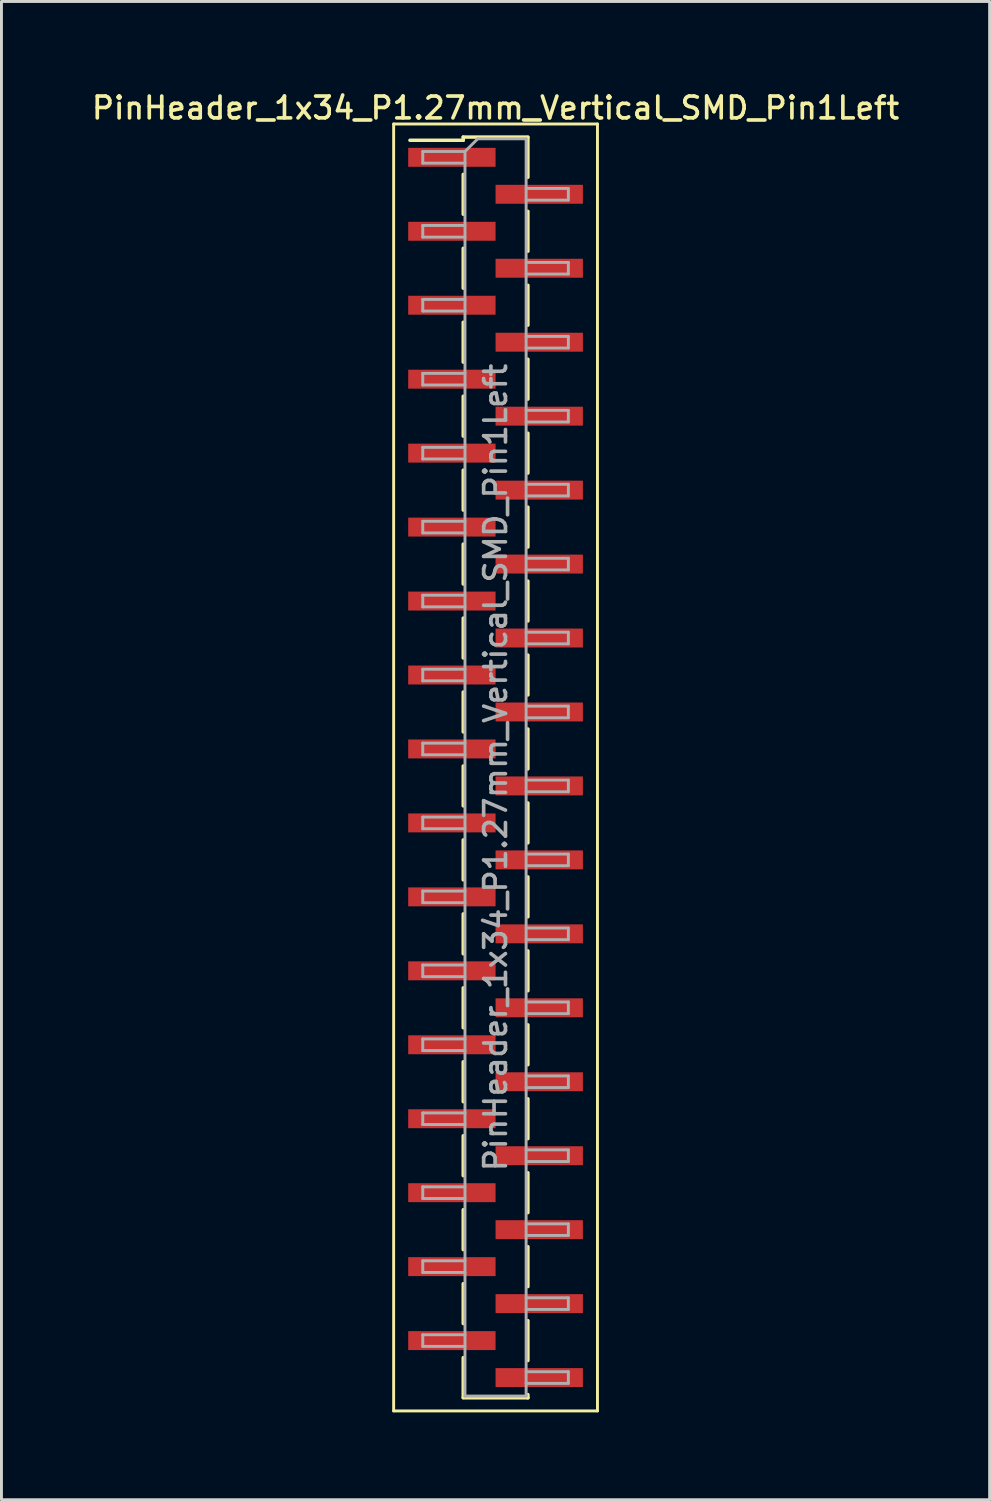
<source format=kicad_pcb>
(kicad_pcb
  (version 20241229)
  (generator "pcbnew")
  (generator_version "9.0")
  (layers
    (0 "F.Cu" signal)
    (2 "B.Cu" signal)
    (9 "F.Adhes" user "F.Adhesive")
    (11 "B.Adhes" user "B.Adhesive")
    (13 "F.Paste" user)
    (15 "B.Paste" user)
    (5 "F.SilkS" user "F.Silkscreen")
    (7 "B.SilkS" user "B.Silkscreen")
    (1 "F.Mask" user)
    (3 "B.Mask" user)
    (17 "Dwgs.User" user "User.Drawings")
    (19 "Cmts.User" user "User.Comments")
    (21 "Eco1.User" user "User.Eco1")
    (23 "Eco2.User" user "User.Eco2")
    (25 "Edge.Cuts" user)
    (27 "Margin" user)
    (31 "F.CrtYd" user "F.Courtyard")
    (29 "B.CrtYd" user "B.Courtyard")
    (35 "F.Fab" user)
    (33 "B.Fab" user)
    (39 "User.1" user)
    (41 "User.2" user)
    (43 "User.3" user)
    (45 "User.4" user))
  (footprint "PinHeader_1x34_P1.27mm_Vertical_SMD_Pin1Left"
    (layer "F.Cu")
    (at 13.97 23.308)
    (property "Reference" "PinHeader_1x34_P1.27mm_Vertical_SMD_Pin1Left" (at 0 -22.65 0) (layer "F.SilkS") (effects (font (size 0.75 0.75) (thickness 0.125))))
    (attr smd)
    (fp_line (start -3.5 -22.1) (end -3.5 22.1) (stroke (width 0.1) (type solid)) (layer "F.SilkS"))
    (fp_line (start -3.5 22.1) (end 3.5 22.1) (stroke (width 0.1) (type solid)) (layer "F.SilkS"))
    (fp_line (start -1.11 -21.65) (end -1.11 -21.54) (stroke (width 0.12) (type solid)) (layer "F.SilkS"))
    (fp_line (start -1.11 -21.65) (end 1.11 -21.65) (stroke (width 0.12) (type solid)) (layer "F.SilkS"))
    (fp_line (start -1.11 -21.54) (end -2.94 -21.54) (stroke (width 0.12) (type solid)) (layer "F.SilkS"))
    (fp_line (start -1.11 -20.37) (end -1.11 -19) (stroke (width 0.12) (type solid)) (layer "F.SilkS"))
    (fp_line (start -1.11 -17.83) (end -1.11 -16.46) (stroke (width 0.12) (type solid)) (layer "F.SilkS"))
    (fp_line (start -1.11 -15.29) (end -1.11 -13.92) (stroke (width 0.12) (type solid)) (layer "F.SilkS"))
    (fp_line (start -1.11 -12.75) (end -1.11 -11.38) (stroke (width 0.12) (type solid)) (layer "F.SilkS"))
    (fp_line (start -1.11 -10.21) (end -1.11 -8.84) (stroke (width 0.12) (type solid)) (layer "F.SilkS"))
    (fp_line (start -1.11 -7.67) (end -1.11 -6.3) (stroke (width 0.12) (type solid)) (layer "F.SilkS"))
    (fp_line (start -1.11 -5.13) (end -1.11 -3.76) (stroke (width 0.12) (type solid)) (layer "F.SilkS"))
    (fp_line (start -1.11 -2.59) (end -1.11 -1.22) (stroke (width 0.12) (type solid)) (layer "F.SilkS"))
    (fp_line (start -1.11 -0.05) (end -1.11 1.32) (stroke (width 0.12) (type solid)) (layer "F.SilkS"))
    (fp_line (start -1.11 2.49) (end -1.11 3.86) (stroke (width 0.12) (type solid)) (layer "F.SilkS"))
    (fp_line (start -1.11 5.03) (end -1.11 6.4) (stroke (width 0.12) (type solid)) (layer "F.SilkS"))
    (fp_line (start -1.11 7.57) (end -1.11 8.94) (stroke (width 0.12) (type solid)) (layer "F.SilkS"))
    (fp_line (start -1.11 10.11) (end -1.11 11.48) (stroke (width 0.12) (type solid)) (layer "F.SilkS"))
    (fp_line (start -1.11 12.65) (end -1.11 14.02) (stroke (width 0.12) (type solid)) (layer "F.SilkS"))
    (fp_line (start -1.11 15.19) (end -1.11 16.56) (stroke (width 0.12) (type solid)) (layer "F.SilkS"))
    (fp_line (start -1.11 17.73) (end -1.11 19.1) (stroke (width 0.12) (type solid)) (layer "F.SilkS"))
    (fp_line (start -1.11 20.27) (end -1.11 21.64) (stroke (width 0.12) (type solid)) (layer "F.SilkS"))
    (fp_line (start -1.11 21.65) (end 1.11 21.65) (stroke (width 0.12) (type solid)) (layer "F.SilkS"))
    (fp_line (start 1.11 -21.64) (end 1.11 -20.27) (stroke (width 0.12) (type solid)) (layer "F.SilkS"))
    (fp_line (start 1.11 -19.1) (end 1.11 -17.73) (stroke (width 0.12) (type solid)) (layer "F.SilkS"))
    (fp_line (start 1.11 -16.56) (end 1.11 -15.19) (stroke (width 0.12) (type solid)) (layer "F.SilkS"))
    (fp_line (start 1.11 -14.02) (end 1.11 -12.65) (stroke (width 0.12) (type solid)) (layer "F.SilkS"))
    (fp_line (start 1.11 -11.48) (end 1.11 -10.11) (stroke (width 0.12) (type solid)) (layer "F.SilkS"))
    (fp_line (start 1.11 -8.94) (end 1.11 -7.57) (stroke (width 0.12) (type solid)) (layer "F.SilkS"))
    (fp_line (start 1.11 -6.4) (end 1.11 -5.03) (stroke (width 0.12) (type solid)) (layer "F.SilkS"))
    (fp_line (start 1.11 -3.86) (end 1.11 -2.49) (stroke (width 0.12) (type solid)) (layer "F.SilkS"))
    (fp_line (start 1.11 -1.32) (end 1.11 0.05) (stroke (width 0.12) (type solid)) (layer "F.SilkS"))
    (fp_line (start 1.11 1.22) (end 1.11 2.59) (stroke (width 0.12) (type solid)) (layer "F.SilkS"))
    (fp_line (start 1.11 3.76) (end 1.11 5.13) (stroke (width 0.12) (type solid)) (layer "F.SilkS"))
    (fp_line (start 1.11 6.3) (end 1.11 7.67) (stroke (width 0.12) (type solid)) (layer "F.SilkS"))
    (fp_line (start 1.11 8.84) (end 1.11 10.21) (stroke (width 0.12) (type solid)) (layer "F.SilkS"))
    (fp_line (start 1.11 11.38) (end 1.11 12.75) (stroke (width 0.12) (type solid)) (layer "F.SilkS"))
    (fp_line (start 1.11 13.92) (end 1.11 15.29) (stroke (width 0.12) (type solid)) (layer "F.SilkS"))
    (fp_line (start 1.11 16.46) (end 1.11 17.83) (stroke (width 0.12) (type solid)) (layer "F.SilkS"))
    (fp_line (start 1.11 19) (end 1.11 20.37) (stroke (width 0.12) (type solid)) (layer "F.SilkS"))
    (fp_line (start 1.11 21.54) (end 1.11 21.65) (stroke (width 0.12) (type solid)) (layer "F.SilkS"))
    (fp_line (start 3.5 -22.1) (end -3.5 -22.1) (stroke (width 0.1) (type solid)) (layer "F.SilkS"))
    (fp_line (start 3.5 22.1) (end 3.5 -22.1) (stroke (width 0.1) (type solid)) (layer "F.SilkS"))
    (fp_line (start -2.5 -21.155) (end -2.5 -20.755) (stroke (width 0.1) (type solid)) (layer "F.Fab"))
    (fp_line (start -2.5 -20.755) (end -1.05 -20.755) (stroke (width 0.1) (type solid)) (layer "F.Fab"))
    (fp_line (start -2.5 -18.615) (end -2.5 -18.215) (stroke (width 0.1) (type solid)) (layer "F.Fab"))
    (fp_line (start -2.5 -18.215) (end -1.05 -18.215) (stroke (width 0.1) (type solid)) (layer "F.Fab"))
    (fp_line (start -2.5 -16.075) (end -2.5 -15.675) (stroke (width 0.1) (type solid)) (layer "F.Fab"))
    (fp_line (start -2.5 -15.675) (end -1.05 -15.675) (stroke (width 0.1) (type solid)) (layer "F.Fab"))
    (fp_line (start -2.5 -13.535) (end -2.5 -13.135) (stroke (width 0.1) (type solid)) (layer "F.Fab"))
    (fp_line (start -2.5 -13.135) (end -1.05 -13.135) (stroke (width 0.1) (type solid)) (layer "F.Fab"))
    (fp_line (start -2.5 -10.995) (end -2.5 -10.595) (stroke (width 0.1) (type solid)) (layer "F.Fab"))
    (fp_line (start -2.5 -10.595) (end -1.05 -10.595) (stroke (width 0.1) (type solid)) (layer "F.Fab"))
    (fp_line (start -2.5 -8.455) (end -2.5 -8.055) (stroke (width 0.1) (type solid)) (layer "F.Fab"))
    (fp_line (start -2.5 -8.055) (end -1.05 -8.055) (stroke (width 0.1) (type solid)) (layer "F.Fab"))
    (fp_line (start -2.5 -5.915) (end -2.5 -5.515) (stroke (width 0.1) (type solid)) (layer "F.Fab"))
    (fp_line (start -2.5 -5.515) (end -1.05 -5.515) (stroke (width 0.1) (type solid)) (layer "F.Fab"))
    (fp_line (start -2.5 -3.375) (end -2.5 -2.975) (stroke (width 0.1) (type solid)) (layer "F.Fab"))
    (fp_line (start -2.5 -2.975) (end -1.05 -2.975) (stroke (width 0.1) (type solid)) (layer "F.Fab"))
    (fp_line (start -2.5 -0.835) (end -2.5 -0.435) (stroke (width 0.1) (type solid)) (layer "F.Fab"))
    (fp_line (start -2.5 -0.435) (end -1.05 -0.435) (stroke (width 0.1) (type solid)) (layer "F.Fab"))
    (fp_line (start -2.5 1.705) (end -2.5 2.105) (stroke (width 0.1) (type solid)) (layer "F.Fab"))
    (fp_line (start -2.5 2.105) (end -1.05 2.105) (stroke (width 0.1) (type solid)) (layer "F.Fab"))
    (fp_line (start -2.5 4.245) (end -2.5 4.645) (stroke (width 0.1) (type solid)) (layer "F.Fab"))
    (fp_line (start -2.5 4.645) (end -1.05 4.645) (stroke (width 0.1) (type solid)) (layer "F.Fab"))
    (fp_line (start -2.5 6.785) (end -2.5 7.185) (stroke (width 0.1) (type solid)) (layer "F.Fab"))
    (fp_line (start -2.5 7.185) (end -1.05 7.185) (stroke (width 0.1) (type solid)) (layer "F.Fab"))
    (fp_line (start -2.5 9.325) (end -2.5 9.725) (stroke (width 0.1) (type solid)) (layer "F.Fab"))
    (fp_line (start -2.5 9.725) (end -1.05 9.725) (stroke (width 0.1) (type solid)) (layer "F.Fab"))
    (fp_line (start -2.5 11.865) (end -2.5 12.265) (stroke (width 0.1) (type solid)) (layer "F.Fab"))
    (fp_line (start -2.5 12.265) (end -1.05 12.265) (stroke (width 0.1) (type solid)) (layer "F.Fab"))
    (fp_line (start -2.5 14.405) (end -2.5 14.805) (stroke (width 0.1) (type solid)) (layer "F.Fab"))
    (fp_line (start -2.5 14.805) (end -1.05 14.805) (stroke (width 0.1) (type solid)) (layer "F.Fab"))
    (fp_line (start -2.5 16.945) (end -2.5 17.345) (stroke (width 0.1) (type solid)) (layer "F.Fab"))
    (fp_line (start -2.5 17.345) (end -1.05 17.345) (stroke (width 0.1) (type solid)) (layer "F.Fab"))
    (fp_line (start -2.5 19.485) (end -2.5 19.885) (stroke (width 0.1) (type solid)) (layer "F.Fab"))
    (fp_line (start -2.5 19.885) (end -1.05 19.885) (stroke (width 0.1) (type solid)) (layer "F.Fab"))
    (fp_line (start -1.05 -21.155) (end -2.5 -21.155) (stroke (width 0.1) (type solid)) (layer "F.Fab"))
    (fp_line (start -1.05 -21.155) (end -0.615 -21.59) (stroke (width 0.1) (type solid)) (layer "F.Fab"))
    (fp_line (start -1.05 -18.615) (end -2.5 -18.615) (stroke (width 0.1) (type solid)) (layer "F.Fab"))
    (fp_line (start -1.05 -16.075) (end -2.5 -16.075) (stroke (width 0.1) (type solid)) (layer "F.Fab"))
    (fp_line (start -1.05 -13.535) (end -2.5 -13.535) (stroke (width 0.1) (type solid)) (layer "F.Fab"))
    (fp_line (start -1.05 -10.995) (end -2.5 -10.995) (stroke (width 0.1) (type solid)) (layer "F.Fab"))
    (fp_line (start -1.05 -8.455) (end -2.5 -8.455) (stroke (width 0.1) (type solid)) (layer "F.Fab"))
    (fp_line (start -1.05 -5.915) (end -2.5 -5.915) (stroke (width 0.1) (type solid)) (layer "F.Fab"))
    (fp_line (start -1.05 -3.375) (end -2.5 -3.375) (stroke (width 0.1) (type solid)) (layer "F.Fab"))
    (fp_line (start -1.05 -0.835) (end -2.5 -0.835) (stroke (width 0.1) (type solid)) (layer "F.Fab"))
    (fp_line (start -1.05 1.705) (end -2.5 1.705) (stroke (width 0.1) (type solid)) (layer "F.Fab"))
    (fp_line (start -1.05 4.245) (end -2.5 4.245) (stroke (width 0.1) (type solid)) (layer "F.Fab"))
    (fp_line (start -1.05 6.785) (end -2.5 6.785) (stroke (width 0.1) (type solid)) (layer "F.Fab"))
    (fp_line (start -1.05 9.325) (end -2.5 9.325) (stroke (width 0.1) (type solid)) (layer "F.Fab"))
    (fp_line (start -1.05 11.865) (end -2.5 11.865) (stroke (width 0.1) (type solid)) (layer "F.Fab"))
    (fp_line (start -1.05 14.405) (end -2.5 14.405) (stroke (width 0.1) (type solid)) (layer "F.Fab"))
    (fp_line (start -1.05 16.945) (end -2.5 16.945) (stroke (width 0.1) (type solid)) (layer "F.Fab"))
    (fp_line (start -1.05 19.485) (end -2.5 19.485) (stroke (width 0.1) (type solid)) (layer "F.Fab"))
    (fp_line (start -1.05 21.59) (end -1.05 -21.155) (stroke (width 0.1) (type solid)) (layer "F.Fab"))
    (fp_line (start -0.615 -21.59) (end 1.05 -21.59) (stroke (width 0.1) (type solid)) (layer "F.Fab"))
    (fp_line (start 1.05 -21.59) (end 1.05 21.59) (stroke (width 0.1) (type solid)) (layer "F.Fab"))
    (fp_line (start 1.05 -19.885) (end 2.5 -19.885) (stroke (width 0.1) (type solid)) (layer "F.Fab"))
    (fp_line (start 1.05 -17.345) (end 2.5 -17.345) (stroke (width 0.1) (type solid)) (layer "F.Fab"))
    (fp_line (start 1.05 -14.805) (end 2.5 -14.805) (stroke (width 0.1) (type solid)) (layer "F.Fab"))
    (fp_line (start 1.05 -12.265) (end 2.5 -12.265) (stroke (width 0.1) (type solid)) (layer "F.Fab"))
    (fp_line (start 1.05 -9.725) (end 2.5 -9.725) (stroke (width 0.1) (type solid)) (layer "F.Fab"))
    (fp_line (start 1.05 -7.185) (end 2.5 -7.185) (stroke (width 0.1) (type solid)) (layer "F.Fab"))
    (fp_line (start 1.05 -4.645) (end 2.5 -4.645) (stroke (width 0.1) (type solid)) (layer "F.Fab"))
    (fp_line (start 1.05 -2.105) (end 2.5 -2.105) (stroke (width 0.1) (type solid)) (layer "F.Fab"))
    (fp_line (start 1.05 0.435) (end 2.5 0.435) (stroke (width 0.1) (type solid)) (layer "F.Fab"))
    (fp_line (start 1.05 2.975) (end 2.5 2.975) (stroke (width 0.1) (type solid)) (layer "F.Fab"))
    (fp_line (start 1.05 5.515) (end 2.5 5.515) (stroke (width 0.1) (type solid)) (layer "F.Fab"))
    (fp_line (start 1.05 8.055) (end 2.5 8.055) (stroke (width 0.1) (type solid)) (layer "F.Fab"))
    (fp_line (start 1.05 10.595) (end 2.5 10.595) (stroke (width 0.1) (type solid)) (layer "F.Fab"))
    (fp_line (start 1.05 13.135) (end 2.5 13.135) (stroke (width 0.1) (type solid)) (layer "F.Fab"))
    (fp_line (start 1.05 15.675) (end 2.5 15.675) (stroke (width 0.1) (type solid)) (layer "F.Fab"))
    (fp_line (start 1.05 18.215) (end 2.5 18.215) (stroke (width 0.1) (type solid)) (layer "F.Fab"))
    (fp_line (start 1.05 20.755) (end 2.5 20.755) (stroke (width 0.1) (type solid)) (layer "F.Fab"))
    (fp_line (start 1.05 21.59) (end -1.05 21.59) (stroke (width 0.1) (type solid)) (layer "F.Fab"))
    (fp_line (start 2.5 -19.885) (end 2.5 -19.485) (stroke (width 0.1) (type solid)) (layer "F.Fab"))
    (fp_line (start 2.5 -19.485) (end 1.05 -19.485) (stroke (width 0.1) (type solid)) (layer "F.Fab"))
    (fp_line (start 2.5 -17.345) (end 2.5 -16.945) (stroke (width 0.1) (type solid)) (layer "F.Fab"))
    (fp_line (start 2.5 -16.945) (end 1.05 -16.945) (stroke (width 0.1) (type solid)) (layer "F.Fab"))
    (fp_line (start 2.5 -14.805) (end 2.5 -14.405) (stroke (width 0.1) (type solid)) (layer "F.Fab"))
    (fp_line (start 2.5 -14.405) (end 1.05 -14.405) (stroke (width 0.1) (type solid)) (layer "F.Fab"))
    (fp_line (start 2.5 -12.265) (end 2.5 -11.865) (stroke (width 0.1) (type solid)) (layer "F.Fab"))
    (fp_line (start 2.5 -11.865) (end 1.05 -11.865) (stroke (width 0.1) (type solid)) (layer "F.Fab"))
    (fp_line (start 2.5 -9.725) (end 2.5 -9.325) (stroke (width 0.1) (type solid)) (layer "F.Fab"))
    (fp_line (start 2.5 -9.325) (end 1.05 -9.325) (stroke (width 0.1) (type solid)) (layer "F.Fab"))
    (fp_line (start 2.5 -7.185) (end 2.5 -6.785) (stroke (width 0.1) (type solid)) (layer "F.Fab"))
    (fp_line (start 2.5 -6.785) (end 1.05 -6.785) (stroke (width 0.1) (type solid)) (layer "F.Fab"))
    (fp_line (start 2.5 -4.645) (end 2.5 -4.245) (stroke (width 0.1) (type solid)) (layer "F.Fab"))
    (fp_line (start 2.5 -4.245) (end 1.05 -4.245) (stroke (width 0.1) (type solid)) (layer "F.Fab"))
    (fp_line (start 2.5 -2.105) (end 2.5 -1.705) (stroke (width 0.1) (type solid)) (layer "F.Fab"))
    (fp_line (start 2.5 -1.705) (end 1.05 -1.705) (stroke (width 0.1) (type solid)) (layer "F.Fab"))
    (fp_line (start 2.5 0.435) (end 2.5 0.835) (stroke (width 0.1) (type solid)) (layer "F.Fab"))
    (fp_line (start 2.5 0.835) (end 1.05 0.835) (stroke (width 0.1) (type solid)) (layer "F.Fab"))
    (fp_line (start 2.5 2.975) (end 2.5 3.375) (stroke (width 0.1) (type solid)) (layer "F.Fab"))
    (fp_line (start 2.5 3.375) (end 1.05 3.375) (stroke (width 0.1) (type solid)) (layer "F.Fab"))
    (fp_line (start 2.5 5.515) (end 2.5 5.915) (stroke (width 0.1) (type solid)) (layer "F.Fab"))
    (fp_line (start 2.5 5.915) (end 1.05 5.915) (stroke (width 0.1) (type solid)) (layer "F.Fab"))
    (fp_line (start 2.5 8.055) (end 2.5 8.455) (stroke (width 0.1) (type solid)) (layer "F.Fab"))
    (fp_line (start 2.5 8.455) (end 1.05 8.455) (stroke (width 0.1) (type solid)) (layer "F.Fab"))
    (fp_line (start 2.5 10.595) (end 2.5 10.995) (stroke (width 0.1) (type solid)) (layer "F.Fab"))
    (fp_line (start 2.5 10.995) (end 1.05 10.995) (stroke (width 0.1) (type solid)) (layer "F.Fab"))
    (fp_line (start 2.5 13.135) (end 2.5 13.535) (stroke (width 0.1) (type solid)) (layer "F.Fab"))
    (fp_line (start 2.5 13.535) (end 1.05 13.535) (stroke (width 0.1) (type solid)) (layer "F.Fab"))
    (fp_line (start 2.5 15.675) (end 2.5 16.075) (stroke (width 0.1) (type solid)) (layer "F.Fab"))
    (fp_line (start 2.5 16.075) (end 1.05 16.075) (stroke (width 0.1) (type solid)) (layer "F.Fab"))
    (fp_line (start 2.5 18.215) (end 2.5 18.615) (stroke (width 0.1) (type solid)) (layer "F.Fab"))
    (fp_line (start 2.5 18.615) (end 1.05 18.615) (stroke (width 0.1) (type solid)) (layer "F.Fab"))
    (fp_line (start 2.5 20.755) (end 2.5 21.155) (stroke (width 0.1) (type solid)) (layer "F.Fab"))
    (fp_line (start 2.5 21.155) (end 1.05 21.155) (stroke (width 0.1) (type solid)) (layer "F.Fab"))
    (fp_text user "${REFERENCE}" (at 0 0 90) (layer "F.Fab") (effects (font (size 0.75 0.75) (thickness 0.125))))
    (pad "1" smd rect (at -1.5 -20.955) (size 3 0.65) (layers "F.Cu" "F.Mask" "F.Paste"))
    (pad "2" smd rect (at 1.5 -19.685) (size 3 0.65) (layers "F.Cu" "F.Mask" "F.Paste"))
    (pad "3" smd rect (at -1.5 -18.415) (size 3 0.65) (layers "F.Cu" "F.Mask" "F.Paste"))
    (pad "4" smd rect (at 1.5 -17.145) (size 3 0.65) (layers "F.Cu" "F.Mask" "F.Paste"))
    (pad "5" smd rect (at -1.5 -15.875) (size 3 0.65) (layers "F.Cu" "F.Mask" "F.Paste"))
    (pad "6" smd rect (at 1.5 -14.605) (size 3 0.65) (layers "F.Cu" "F.Mask" "F.Paste"))
    (pad "7" smd rect (at -1.5 -13.335) (size 3 0.65) (layers "F.Cu" "F.Mask" "F.Paste"))
    (pad "8" smd rect (at 1.5 -12.065) (size 3 0.65) (layers "F.Cu" "F.Mask" "F.Paste"))
    (pad "9" smd rect (at -1.5 -10.795) (size 3 0.65) (layers "F.Cu" "F.Mask" "F.Paste"))
    (pad "10" smd rect (at 1.5 -9.525) (size 3 0.65) (layers "F.Cu" "F.Mask" "F.Paste"))
    (pad "11" smd rect (at -1.5 -8.255) (size 3 0.65) (layers "F.Cu" "F.Mask" "F.Paste"))
    (pad "12" smd rect (at 1.5 -6.985) (size 3 0.65) (layers "F.Cu" "F.Mask" "F.Paste"))
    (pad "13" smd rect (at -1.5 -5.715) (size 3 0.65) (layers "F.Cu" "F.Mask" "F.Paste"))
    (pad "14" smd rect (at 1.5 -4.445) (size 3 0.65) (layers "F.Cu" "F.Mask" "F.Paste"))
    (pad "15" smd rect (at -1.5 -3.175) (size 3 0.65) (layers "F.Cu" "F.Mask" "F.Paste"))
    (pad "16" smd rect (at 1.5 -1.905) (size 3 0.65) (layers "F.Cu" "F.Mask" "F.Paste"))
    (pad "17" smd rect (at -1.5 -0.635) (size 3 0.65) (layers "F.Cu" "F.Mask" "F.Paste"))
    (pad "18" smd rect (at 1.5 0.635) (size 3 0.65) (layers "F.Cu" "F.Mask" "F.Paste"))
    (pad "19" smd rect (at -1.5 1.905) (size 3 0.65) (layers "F.Cu" "F.Mask" "F.Paste"))
    (pad "20" smd rect (at 1.5 3.175) (size 3 0.65) (layers "F.Cu" "F.Mask" "F.Paste"))
    (pad "21" smd rect (at -1.5 4.445) (size 3 0.65) (layers "F.Cu" "F.Mask" "F.Paste"))
    (pad "22" smd rect (at 1.5 5.715) (size 3 0.65) (layers "F.Cu" "F.Mask" "F.Paste"))
    (pad "23" smd rect (at -1.5 6.985) (size 3 0.65) (layers "F.Cu" "F.Mask" "F.Paste"))
    (pad "24" smd rect (at 1.5 8.255) (size 3 0.65) (layers "F.Cu" "F.Mask" "F.Paste"))
    (pad "25" smd rect (at -1.5 9.525) (size 3 0.65) (layers "F.Cu" "F.Mask" "F.Paste"))
    (pad "26" smd rect (at 1.5 10.795) (size 3 0.65) (layers "F.Cu" "F.Mask" "F.Paste"))
    (pad "27" smd rect (at -1.5 12.065) (size 3 0.65) (layers "F.Cu" "F.Mask" "F.Paste"))
    (pad "28" smd rect (at 1.5 13.335) (size 3 0.65) (layers "F.Cu" "F.Mask" "F.Paste"))
    (pad "29" smd rect (at -1.5 14.605) (size 3 0.65) (layers "F.Cu" "F.Mask" "F.Paste"))
    (pad "30" smd rect (at 1.5 15.875) (size 3 0.65) (layers "F.Cu" "F.Mask" "F.Paste"))
    (pad "31" smd rect (at -1.5 17.145) (size 3 0.65) (layers "F.Cu" "F.Mask" "F.Paste"))
    (pad "32" smd rect (at 1.5 18.415) (size 3 0.65) (layers "F.Cu" "F.Mask" "F.Paste"))
    (pad "33" smd rect (at -1.5 19.685) (size 3 0.65) (layers "F.Cu" "F.Mask" "F.Paste"))
    (pad "34" smd rect (at 1.5 20.955) (size 3 0.65) (layers "F.Cu" "F.Mask" "F.Paste")))
  (gr_rect
    (start -3 -3)
    (end 30.939 48.458)
    (stroke (width 0.1) (type default))
    (fill no)
    (layer "Edge.Cuts")))
</source>
